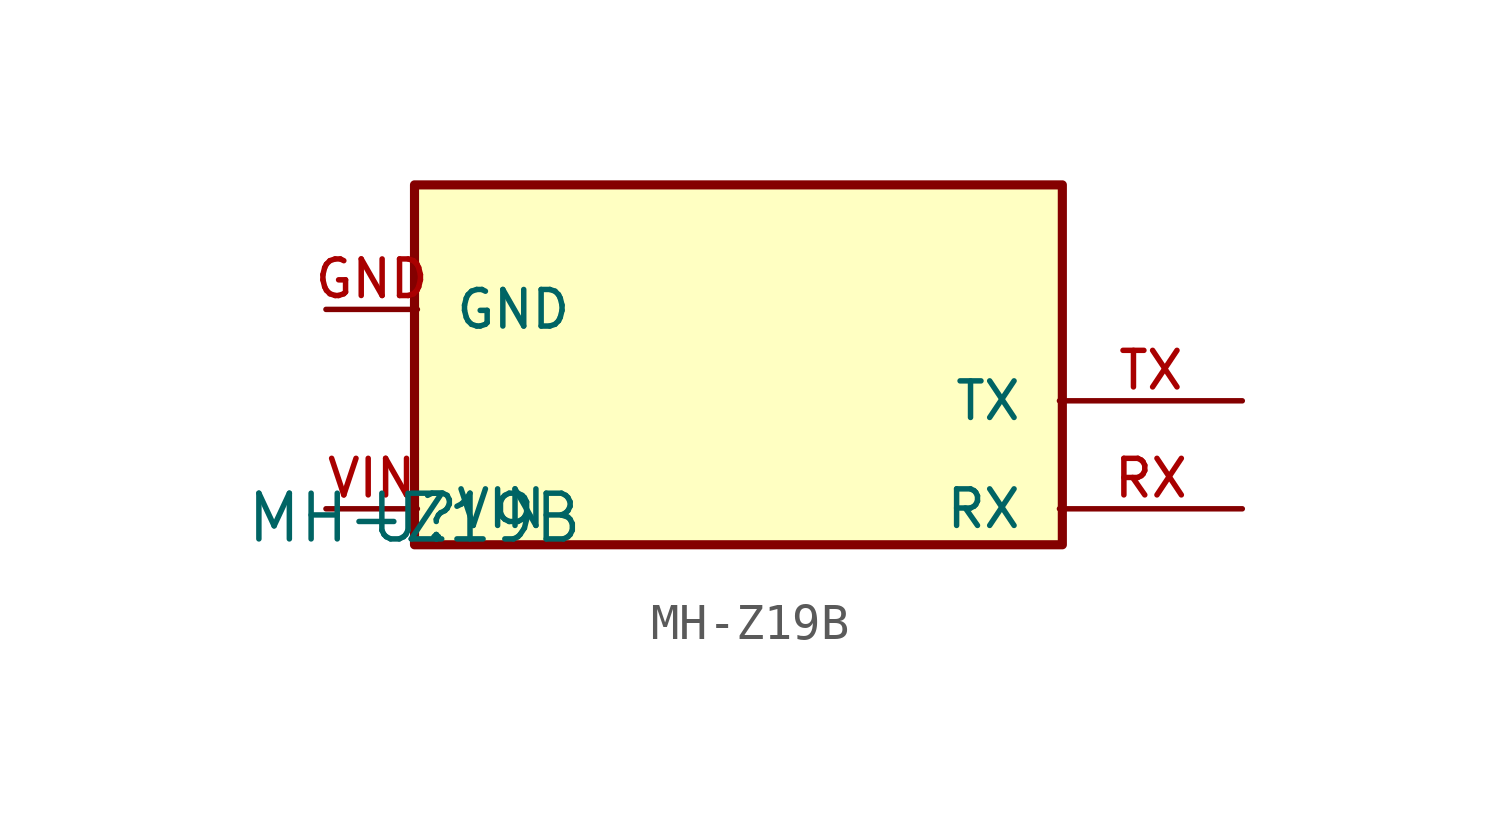
<source format=kicad_sym>
(kicad_symbol_lib
  (version 20211014)
  (generator kicad_symbol_editor)
  (symbol "MH-Z19B"
    (pin_names
      (offset 1.016))
    (property "Reference" "U"
      (at 0 0 0)
      (effects (font (size 1.27 1.27)) (justify bottom)))
    (property "Value" "MH-Z19B"
      (at 0 0.0 0)
      (effects (font (size 1.27 1.27)) (justify bottom)))
    (symbol "MH-Z19B_0_0"
      (rectangle (start 0.0 0.0) (end 18.0 10.0) (stroke (width 0.254)) (fill (type background)))
      (pin bidirectional line (at -2.46 1.0 0) (length 2.54) (name "VIN" (effects (font (size 1.016 1.016)))) (number "VIN" (effects (font (size 1.016 1.016)))))
      (pin bidirectional line (at -2.46 6.54 0) (length 2.54) (name "GND" (effects (font (size 1.016 1.016)))) (number "GND" (effects (font (size 1.016 1.016)))))
      (pin bidirectional line (at 23.0 4.0 180.0) (length 5.08) (name "TX" (effects (font (size 1.016 1.016)))) (number "TX" (effects (font (size 1.016 1.016)))))
      (pin bidirectional line (at 23.0 1.0 180.0) (length 5.08) (name "RX" (effects (font (size 1.016 1.016)))) (number "RX" (effects (font (size 1.016 1.016))))))))
</source>
